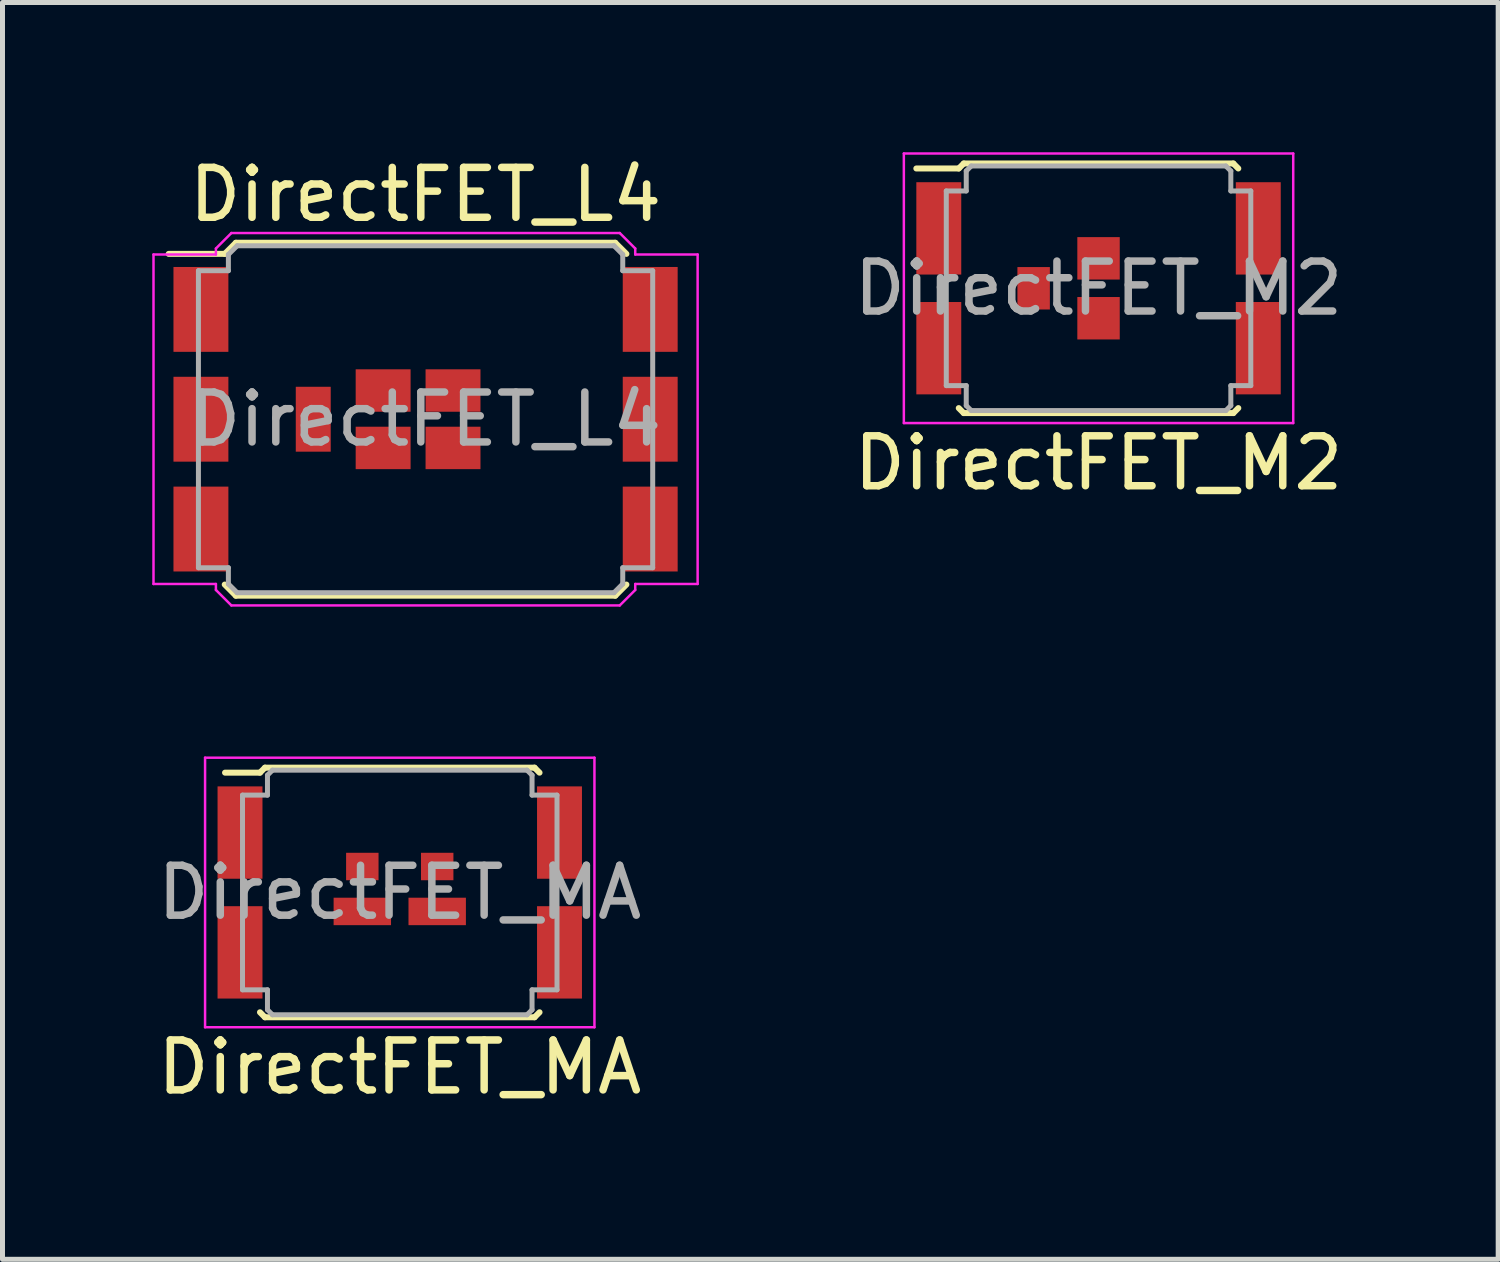
<source format=kicad_pcb>
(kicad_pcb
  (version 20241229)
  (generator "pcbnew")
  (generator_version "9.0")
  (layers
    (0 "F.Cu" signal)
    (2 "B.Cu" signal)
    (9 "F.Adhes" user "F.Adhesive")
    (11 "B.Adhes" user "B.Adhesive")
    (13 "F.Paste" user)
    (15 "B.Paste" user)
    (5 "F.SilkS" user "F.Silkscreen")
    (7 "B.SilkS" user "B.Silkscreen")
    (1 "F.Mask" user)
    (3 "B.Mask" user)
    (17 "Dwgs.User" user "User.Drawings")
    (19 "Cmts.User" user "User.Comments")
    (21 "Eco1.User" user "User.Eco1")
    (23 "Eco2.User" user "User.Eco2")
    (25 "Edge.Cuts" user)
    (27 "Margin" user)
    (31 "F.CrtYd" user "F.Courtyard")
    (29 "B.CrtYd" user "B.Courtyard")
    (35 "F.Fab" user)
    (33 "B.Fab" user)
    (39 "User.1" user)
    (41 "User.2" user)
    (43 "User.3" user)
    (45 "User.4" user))
  (footprint "DirectFET_M2"
    (layer "F.Cu")
    (at 18.956 2.725)
    (property "Reference" "DirectFET_M2" (at 0 3.5 0) (layer "F.SilkS") (effects (font (size 1 1) (thickness 0.15))))
    (attr smd)
    (fp_line (start -3.65 -2.4) (end -2.8 -2.4) (stroke (width 0.12) (type solid)) (layer "F.SilkS"))
    (fp_line (start -2.8 -2.4) (end -2.7 -2.5) (stroke (width 0.12) (type solid)) (layer "F.SilkS"))
    (fp_line (start -2.7 -2.5) (end 2.7 -2.5) (stroke (width 0.12) (type solid)) (layer "F.SilkS"))
    (fp_line (start -2.7 2.5) (end -2.8 2.4) (stroke (width 0.12) (type solid)) (layer "F.SilkS"))
    (fp_line (start 2.7 -2.5) (end 2.8 -2.4) (stroke (width 0.12) (type solid)) (layer "F.SilkS"))
    (fp_line (start 2.7 2.5) (end -2.7 2.5) (stroke (width 0.12) (type solid)) (layer "F.SilkS"))
    (fp_line (start 2.8 2.4) (end 2.7 2.5) (stroke (width 0.12) (type solid)) (layer "F.SilkS"))
    (fp_line (start -3.9 -2.7) (end -3.9 2.7) (stroke (width 0.05) (type solid)) (layer "F.CrtYd"))
    (fp_line (start -3.9 2.7) (end 3.9 2.7) (stroke (width 0.05) (type solid)) (layer "F.CrtYd"))
    (fp_line (start 3.9 -2.7) (end -3.9 -2.7) (stroke (width 0.05) (type solid)) (layer "F.CrtYd"))
    (fp_line (start 3.9 2.7) (end 3.9 -2.7) (stroke (width 0.05) (type solid)) (layer "F.CrtYd"))
    (fp_line (start -3.05 -1.95) (end -2.65 -1.95) (stroke (width 0.1) (type solid)) (layer "F.Fab"))
    (fp_line (start -3.05 1.95) (end -3.05 -1.95) (stroke (width 0.1) (type solid)) (layer "F.Fab"))
    (fp_line (start -3.05 1.95) (end -2.65 1.95) (stroke (width 0.1) (type solid)) (layer "F.Fab"))
    (fp_line (start -2.65 -2.35) (end -2.55 -2.45) (stroke (width 0.1) (type solid)) (layer "F.Fab"))
    (fp_line (start -2.65 -1.95) (end -2.65 -2.35) (stroke (width 0.1) (type solid)) (layer "F.Fab"))
    (fp_line (start -2.65 1.95) (end -2.65 2.35) (stroke (width 0.1) (type solid)) (layer "F.Fab"))
    (fp_line (start -2.65 2.35) (end -2.55 2.45) (stroke (width 0.1) (type solid)) (layer "F.Fab"))
    (fp_line (start -2.55 2.45) (end 2.55 2.45) (stroke (width 0.1) (type solid)) (layer "F.Fab"))
    (fp_line (start 2.55 -2.45) (end -2.55 -2.45) (stroke (width 0.1) (type solid)) (layer "F.Fab"))
    (fp_line (start 2.55 -2.45) (end 2.65 -2.35) (stroke (width 0.1) (type solid)) (layer "F.Fab"))
    (fp_line (start 2.65 -2.35) (end 2.65 -1.95) (stroke (width 0.1) (type solid)) (layer "F.Fab"))
    (fp_line (start 2.65 -1.95) (end 3.05 -1.95) (stroke (width 0.1) (type solid)) (layer "F.Fab"))
    (fp_line (start 2.65 1.95) (end 2.65 2.35) (stroke (width 0.1) (type solid)) (layer "F.Fab"))
    (fp_line (start 2.65 2.35) (end 2.55 2.45) (stroke (width 0.1) (type solid)) (layer "F.Fab"))
    (fp_line (start 3.05 -1.95) (end 3.05 1.95) (stroke (width 0.1) (type solid)) (layer "F.Fab"))
    (fp_line (start 3.05 1.95) (end 2.65 1.95) (stroke (width 0.1) (type solid)) (layer "F.Fab"))
    (fp_text user "${REFERENCE}" (at 0 0 0) (layer "F.Fab") (effects (font (size 1 1) (thickness 0.15))))
    (pad "1" smd rect (at -3.2 -1.2) (size 0.9 1.85) (layers "F.Cu" "F.Mask" "F.Paste"))
    (pad "1" smd rect (at -3.2 1.2) (size 0.9 1.85) (layers "F.Cu" "F.Mask" "F.Paste"))
    (pad "1" smd rect (at 3.2 -1.2) (size 0.9 1.85) (layers "F.Cu" "F.Mask" "F.Paste"))
    (pad "1" smd rect (at 3.2 1.2) (size 0.9 1.85) (layers "F.Cu" "F.Mask" "F.Paste"))
    (pad "2" smd rect (at -1.3 0) (size 0.65 0.85) (layers "F.Cu" "F.Mask" "F.Paste"))
    (pad "3" smd rect (at 0 -0.6) (size 0.85 0.85) (layers "F.Cu" "F.Mask" "F.Paste"))
    (pad "3" smd rect (at 0 0.6) (size 0.85 0.85) (layers "F.Cu" "F.Mask" "F.Paste")))
  (footprint "DirectFET_L4"
    (layer "F.Cu")
    (at 5.475 5.348)
    (property "Reference" "DirectFET_L4" (at 0 -4.5 0) (layer "F.SilkS") (effects (font (size 1 1) (thickness 0.15))))
    (attr smd)
    (fp_line (start -5.146 -3.312) (end -4.023 -3.312) (stroke (width 0.12) (type solid)) (layer "F.SilkS"))
    (fp_line (start -4.023 -3.312) (end -3.8 -3.535) (stroke (width 0.12) (type solid)) (layer "F.SilkS"))
    (fp_line (start -4.023 3.312) (end -3.8 3.535) (stroke (width 0.12) (type solid)) (layer "F.SilkS"))
    (fp_line (start 3.8 -3.535) (end -3.8 -3.535) (stroke (width 0.12) (type solid)) (layer "F.SilkS"))
    (fp_line (start 3.8 3.535) (end -3.8 3.535) (stroke (width 0.12) (type solid)) (layer "F.SilkS"))
    (fp_line (start 4.023 -3.312) (end 3.8 -3.535) (stroke (width 0.12) (type solid)) (layer "F.SilkS"))
    (fp_line (start 4.023 3.312) (end 3.8 3.535) (stroke (width 0.12) (type solid)) (layer "F.SilkS"))
    (fp_line (start -5.45 -3.3) (end -5.45 3.3) (stroke (width 0.05) (type solid)) (layer "F.CrtYd"))
    (fp_line (start -4.2 -3.42) (end -3.89 -3.73) (stroke (width 0.05) (type solid)) (layer "F.CrtYd"))
    (fp_line (start -4.2 -3.3) (end -5.45 -3.3) (stroke (width 0.05) (type solid)) (layer "F.CrtYd"))
    (fp_line (start -4.2 -3.3) (end -4.2 -3.42) (stroke (width 0.05) (type solid)) (layer "F.CrtYd"))
    (fp_line (start -4.2 3.3) (end -5.45 3.3) (stroke (width 0.05) (type solid)) (layer "F.CrtYd"))
    (fp_line (start -4.2 3.3) (end -4.2 3.42) (stroke (width 0.05) (type solid)) (layer "F.CrtYd"))
    (fp_line (start -4.2 3.42) (end -3.89 3.73) (stroke (width 0.05) (type solid)) (layer "F.CrtYd"))
    (fp_line (start 3.89 -3.73) (end -3.89 -3.73) (stroke (width 0.05) (type solid)) (layer "F.CrtYd"))
    (fp_line (start 3.89 3.73) (end -3.89 3.73) (stroke (width 0.05) (type solid)) (layer "F.CrtYd"))
    (fp_line (start 4.2 -3.42) (end 3.89 -3.73) (stroke (width 0.05) (type solid)) (layer "F.CrtYd"))
    (fp_line (start 4.2 -3.3) (end 4.2 -3.42) (stroke (width 0.05) (type solid)) (layer "F.CrtYd"))
    (fp_line (start 4.2 -3.3) (end 5.45 -3.3) (stroke (width 0.05) (type solid)) (layer "F.CrtYd"))
    (fp_line (start 4.2 3.3) (end 4.2 3.42) (stroke (width 0.05) (type solid)) (layer "F.CrtYd"))
    (fp_line (start 4.2 3.3) (end 5.45 3.3) (stroke (width 0.05) (type solid)) (layer "F.CrtYd"))
    (fp_line (start 4.2 3.42) (end 3.89 3.73) (stroke (width 0.05) (type solid)) (layer "F.CrtYd"))
    (fp_line (start 5.45 -3.3) (end 5.45 3.3) (stroke (width 0.05) (type solid)) (layer "F.CrtYd"))
    (fp_line (start -4.55 -2.975) (end -4.55 2.975) (stroke (width 0.1) (type solid)) (layer "F.Fab"))
    (fp_line (start -4.55 -2.975) (end -3.95 -2.975) (stroke (width 0.1) (type solid)) (layer "F.Fab"))
    (fp_line (start -4.55 2.975) (end -3.95 2.975) (stroke (width 0.1) (type solid)) (layer "F.Fab"))
    (fp_line (start -3.95 -3.3) (end -3.775 -3.475) (stroke (width 0.1) (type solid)) (layer "F.Fab"))
    (fp_line (start -3.95 -2.975) (end -3.95 -3.3) (stroke (width 0.1) (type solid)) (layer "F.Fab"))
    (fp_line (start -3.95 2.975) (end -3.95 3.3) (stroke (width 0.1) (type solid)) (layer "F.Fab"))
    (fp_line (start -3.95 3.3) (end -3.775 3.475) (stroke (width 0.1) (type solid)) (layer "F.Fab"))
    (fp_line (start 3.775 -3.475) (end -3.775 -3.475) (stroke (width 0.1) (type solid)) (layer "F.Fab"))
    (fp_line (start 3.775 3.475) (end -3.775 3.475) (stroke (width 0.1) (type solid)) (layer "F.Fab"))
    (fp_line (start 3.95 -3.3) (end 3.775 -3.475) (stroke (width 0.1) (type solid)) (layer "F.Fab"))
    (fp_line (start 3.95 -2.975) (end 3.95 -3.3) (stroke (width 0.1) (type solid)) (layer "F.Fab"))
    (fp_line (start 3.95 2.975) (end 3.95 3.3) (stroke (width 0.1) (type solid)) (layer "F.Fab"))
    (fp_line (start 3.95 3.3) (end 3.775 3.475) (stroke (width 0.1) (type solid)) (layer "F.Fab"))
    (fp_line (start 4.55 -2.975) (end 3.95 -2.975) (stroke (width 0.1) (type solid)) (layer "F.Fab"))
    (fp_line (start 4.55 -2.975) (end 4.55 2.975) (stroke (width 0.1) (type solid)) (layer "F.Fab"))
    (fp_line (start 4.55 2.975) (end 3.95 2.975) (stroke (width 0.1) (type solid)) (layer "F.Fab"))
    (fp_text user "${REFERENCE}" (at 0 0 0) (layer "F.Fab") (effects (font (size 1 1) (thickness 0.15))))
    (pad "1" smd rect (at -4.5 -2.2) (size 1.1 1.7) (layers "F.Cu" "F.Mask" "F.Paste"))
    (pad "1" smd rect (at -4.5 0) (size 1.1 1.7) (layers "F.Cu" "F.Mask" "F.Paste"))
    (pad "1" smd rect (at -4.5 2.2) (size 1.1 1.7) (layers "F.Cu" "F.Mask" "F.Paste"))
    (pad "1" smd rect (at 4.5 -2.2) (size 1.1 1.7) (layers "F.Cu" "F.Mask" "F.Paste"))
    (pad "1" smd rect (at 4.5 0) (size 1.1 1.7) (layers "F.Cu" "F.Mask" "F.Paste"))
    (pad "1" smd rect (at 4.5 2.2) (size 1.1 1.7) (layers "F.Cu" "F.Mask" "F.Paste"))
    (pad "2" smd rect (at -2.25 0) (size 0.7 1.3) (layers "F.Cu" "F.Mask" "F.Paste"))
    (pad "3" smd rect (at -0.85 -0.575) (size 1.1 0.85) (layers "F.Cu" "F.Mask" "F.Paste"))
    (pad "3" smd rect (at -0.85 0.575) (size 1.1 0.85) (layers "F.Cu" "F.Mask" "F.Paste"))
    (pad "3" smd rect (at 0.55 -0.575) (size 1.1 0.85) (layers "F.Cu" "F.Mask" "F.Paste"))
    (pad "3" smd rect (at 0.55 0.575) (size 1.1 0.85) (layers "F.Cu" "F.Mask" "F.Paste")))
  (footprint "DirectFET_MA"
    (layer "F.Cu")
    (at 4.958 14.828)
    (property "Reference" "DirectFET_MA" (at 0 3.5 0) (layer "F.SilkS") (effects (font (size 1 1) (thickness 0.15))))
    (attr smd)
    (fp_line (start -3.5 -2.4) (end -2.8 -2.4) (stroke (width 0.12) (type solid)) (layer "F.SilkS"))
    (fp_line (start -2.8 -2.4) (end -2.7 -2.5) (stroke (width 0.12) (type solid)) (layer "F.SilkS"))
    (fp_line (start -2.7 -2.5) (end 2.7 -2.5) (stroke (width 0.12) (type solid)) (layer "F.SilkS"))
    (fp_line (start -2.7 2.5) (end -2.8 2.4) (stroke (width 0.12) (type solid)) (layer "F.SilkS"))
    (fp_line (start 2.7 -2.5) (end 2.8 -2.4) (stroke (width 0.12) (type solid)) (layer "F.SilkS"))
    (fp_line (start 2.7 2.5) (end -2.7 2.5) (stroke (width 0.12) (type solid)) (layer "F.SilkS"))
    (fp_line (start 2.8 2.4) (end 2.7 2.5) (stroke (width 0.12) (type solid)) (layer "F.SilkS"))
    (fp_line (start -3.9 -2.7) (end -3.9 2.7) (stroke (width 0.05) (type solid)) (layer "F.CrtYd"))
    (fp_line (start -3.9 2.7) (end 3.9 2.7) (stroke (width 0.05) (type solid)) (layer "F.CrtYd"))
    (fp_line (start 3.9 -2.7) (end -3.9 -2.7) (stroke (width 0.05) (type solid)) (layer "F.CrtYd"))
    (fp_line (start 3.9 2.7) (end 3.9 -2.7) (stroke (width 0.05) (type solid)) (layer "F.CrtYd"))
    (fp_line (start -3.15 -1.95) (end -2.65 -1.95) (stroke (width 0.1) (type solid)) (layer "F.Fab"))
    (fp_line (start -3.15 1.95) (end -3.15 -1.95) (stroke (width 0.1) (type solid)) (layer "F.Fab"))
    (fp_line (start -3.15 1.95) (end -2.65 1.95) (stroke (width 0.1) (type solid)) (layer "F.Fab"))
    (fp_line (start -2.65 -2.35) (end -2.55 -2.45) (stroke (width 0.1) (type solid)) (layer "F.Fab"))
    (fp_line (start -2.65 -1.95) (end -2.65 -2.35) (stroke (width 0.1) (type solid)) (layer "F.Fab"))
    (fp_line (start -2.65 1.95) (end -2.65 2.35) (stroke (width 0.1) (type solid)) (layer "F.Fab"))
    (fp_line (start -2.65 2.35) (end -2.55 2.45) (stroke (width 0.1) (type solid)) (layer "F.Fab"))
    (fp_line (start -2.55 2.45) (end 2.55 2.45) (stroke (width 0.1) (type solid)) (layer "F.Fab"))
    (fp_line (start 2.55 -2.45) (end -2.55 -2.45) (stroke (width 0.1) (type solid)) (layer "F.Fab"))
    (fp_line (start 2.55 -2.45) (end 2.65 -2.35) (stroke (width 0.1) (type solid)) (layer "F.Fab"))
    (fp_line (start 2.65 -2.35) (end 2.65 -1.95) (stroke (width 0.1) (type solid)) (layer "F.Fab"))
    (fp_line (start 2.65 -1.95) (end 3.15 -1.95) (stroke (width 0.1) (type solid)) (layer "F.Fab"))
    (fp_line (start 2.65 1.95) (end 2.65 2.35) (stroke (width 0.1) (type solid)) (layer "F.Fab"))
    (fp_line (start 2.65 2.35) (end 2.55 2.45) (stroke (width 0.1) (type solid)) (layer "F.Fab"))
    (fp_line (start 3.15 -1.95) (end 3.15 1.95) (stroke (width 0.1) (type solid)) (layer "F.Fab"))
    (fp_line (start 3.15 1.95) (end 2.65 1.95) (stroke (width 0.1) (type solid)) (layer "F.Fab"))
    (fp_text user "${REFERENCE}" (at 0 0 0) (layer "F.Fab") (effects (font (size 1 1) (thickness 0.15))))
    (pad "1" smd rect (at -3.2 -1.2) (size 0.9 1.85) (layers "F.Cu" "F.Mask" "F.Paste"))
    (pad "1" smd rect (at -3.2 1.2) (size 0.9 1.85) (layers "F.Cu" "F.Mask" "F.Paste"))
    (pad "1" smd rect (at 3.2 -1.2) (size 0.9 1.85) (layers "F.Cu" "F.Mask" "F.Paste"))
    (pad "1" smd rect (at 3.2 1.2) (size 0.9 1.85) (layers "F.Cu" "F.Mask" "F.Paste"))
    (pad "2" smd rect (at -0.75 -0.52) (size 0.65 0.55) (layers "F.Cu" "F.Mask" "F.Paste"))
    (pad "2" smd rect (at 0.75 -0.52) (size 0.65 0.55) (layers "F.Cu" "F.Mask" "F.Paste"))
    (pad "3" smd rect (at -0.75 0.38) (size 1.15 0.55) (layers "F.Cu" "F.Mask" "F.Paste"))
    (pad "3" smd rect (at 0.75 0.38) (size 1.15 0.55) (layers "F.Cu" "F.Mask" "F.Paste")))
  (gr_rect
    (start -3 -3)
    (end 26.962 22.177)
    (stroke (width 0.1) (type default))
    (fill no)
    (layer "Edge.Cuts")))
</source>
